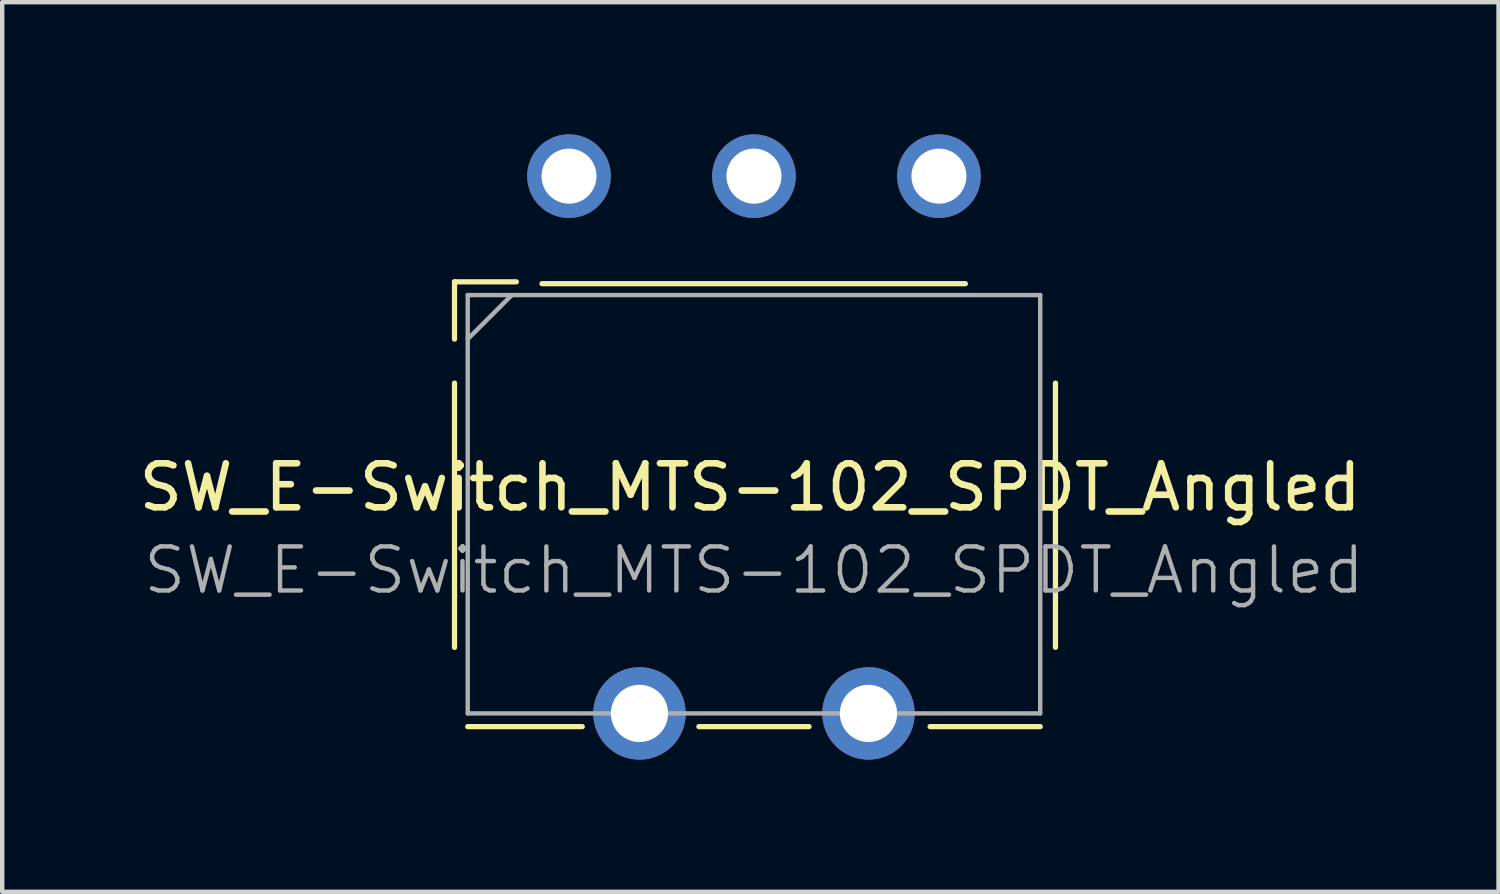
<source format=kicad_pcb>
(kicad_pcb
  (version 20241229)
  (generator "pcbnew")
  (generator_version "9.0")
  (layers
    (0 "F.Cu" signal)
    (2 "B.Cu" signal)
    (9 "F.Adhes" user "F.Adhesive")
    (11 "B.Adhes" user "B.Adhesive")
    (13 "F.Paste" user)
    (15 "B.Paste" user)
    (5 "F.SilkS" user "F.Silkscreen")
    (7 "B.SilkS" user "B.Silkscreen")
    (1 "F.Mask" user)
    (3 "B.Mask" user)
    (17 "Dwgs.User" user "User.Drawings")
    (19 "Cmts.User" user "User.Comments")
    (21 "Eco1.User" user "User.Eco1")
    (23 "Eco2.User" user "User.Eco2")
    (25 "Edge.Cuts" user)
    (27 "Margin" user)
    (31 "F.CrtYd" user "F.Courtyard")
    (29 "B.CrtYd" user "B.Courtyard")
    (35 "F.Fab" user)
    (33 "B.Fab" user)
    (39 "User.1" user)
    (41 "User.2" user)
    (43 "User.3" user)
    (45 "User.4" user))
  (footprint "SW_E-Switch_MTS-102_SPDT_Angled"
    (layer "F.Cu")
    (at 10.071 8.65)
    (property "Reference" "SW_E-Switch_MTS-102_SPDT_Angled" (at 3.912 -0.635 0) (layer "F.SilkS") (effects (font (size 1 1) (thickness 0.15))))
    (attr through_hole)
    (fp_line (start -2.8 -5.3) (end -1.397 -5.3) (stroke (width 0.12) (type solid)) (layer "F.SilkS"))
    (fp_line (start -2.8 -4) (end -2.8 -5.3) (stroke (width 0.12) (type solid)) (layer "F.SilkS"))
    (fp_line (start -2.8 3) (end -2.8 -3) (stroke (width 0.12) (type solid)) (layer "F.SilkS"))
    (fp_line (start -0.813 -5.258) (end 8.8 -5.258) (stroke (width 0.12) (type solid)) (layer "F.SilkS"))
    (fp_line (start 0.1 4.8) (end -2.5 4.8) (stroke (width 0.12) (type solid)) (layer "F.SilkS"))
    (fp_line (start 5.25 4.8) (end 2.75 4.8) (stroke (width 0.12) (type solid)) (layer "F.SilkS"))
    (fp_line (start 10.5 4.8) (end 8 4.8) (stroke (width 0.12) (type solid)) (layer "F.SilkS"))
    (fp_line (start 10.846 -3) (end 10.846 3) (stroke (width 0.12) (type solid)) (layer "F.SilkS"))
    (fp_line (start -2.5 -5) (end 10.5 -5) (stroke (width 0.1) (type solid)) (layer "F.Fab"))
    (fp_line (start -2.5 4.5) (end -2.5 -5) (stroke (width 0.1) (type solid)) (layer "F.Fab"))
    (fp_line (start -1.5 -5) (end -2.5 -4) (stroke (width 0.1) (type solid)) (layer "F.Fab"))
    (fp_line (start 10.5 -5) (end 10.5 4.5) (stroke (width 0.1) (type solid)) (layer "F.Fab"))
    (fp_line (start 10.5 4.5) (end -2.5 4.5) (stroke (width 0.1) (type solid)) (layer "F.Fab"))
    (fp_text user "${REFERENCE}" (at 4 1.25 0) (layer "F.Fab") (effects (font (size 1 1) (thickness 0.1))))
    (pad "" thru_hole circle (at 1.4 4.5) (size 2.1 2.1) (drill 1.3) (layers "*.Cu" "*.Mask"))
    (pad "" thru_hole circle (at 6.6 4.5) (size 2.1 2.1) (drill 1.3) (layers "*.Cu" "*.Mask"))
    (pad "1" thru_hole circle (at -0.2 -7.7) (size 1.9 1.9) (drill 1.25) (layers "*.Cu" "*.Mask"))
    (pad "2" thru_hole circle (at 4 -7.7) (size 1.9 1.9) (drill 1.25) (layers "*.Cu" "*.Mask"))
    (pad "3" thru_hole circle (at 8.2 -7.7) (size 1.9 1.9) (drill 1.25) (layers "*.Cu" "*.Mask")))
  (gr_rect
    (start -3 -3)
    (end 30.978 17.2)
    (stroke (width 0.1) (type default))
    (fill no)
    (layer "Edge.Cuts")))
</source>
